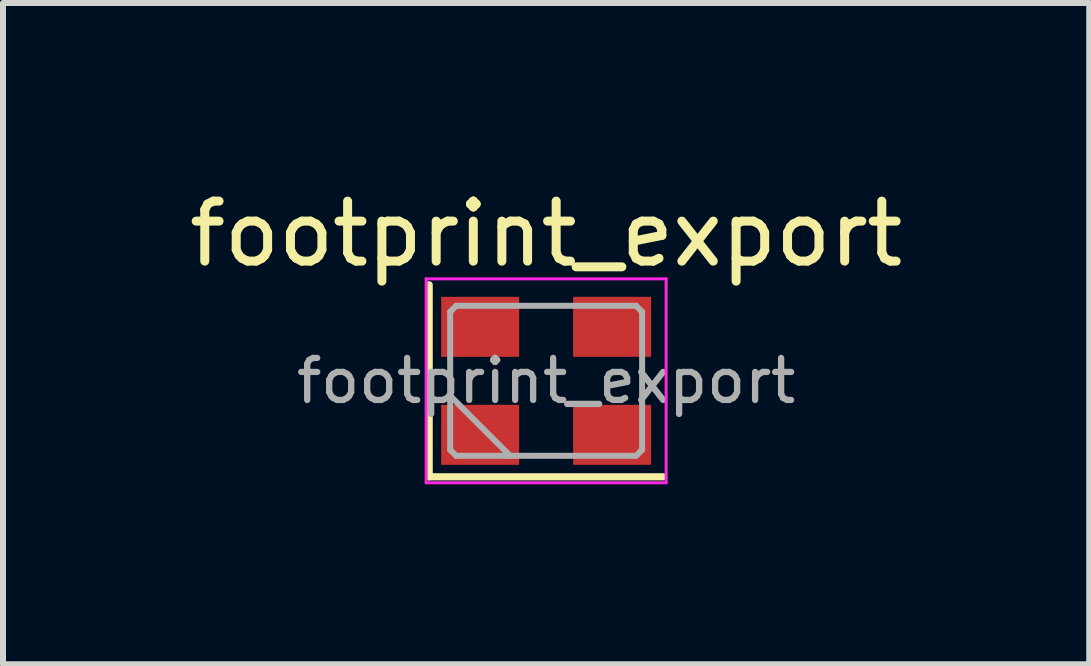
<source format=kicad_pcb>
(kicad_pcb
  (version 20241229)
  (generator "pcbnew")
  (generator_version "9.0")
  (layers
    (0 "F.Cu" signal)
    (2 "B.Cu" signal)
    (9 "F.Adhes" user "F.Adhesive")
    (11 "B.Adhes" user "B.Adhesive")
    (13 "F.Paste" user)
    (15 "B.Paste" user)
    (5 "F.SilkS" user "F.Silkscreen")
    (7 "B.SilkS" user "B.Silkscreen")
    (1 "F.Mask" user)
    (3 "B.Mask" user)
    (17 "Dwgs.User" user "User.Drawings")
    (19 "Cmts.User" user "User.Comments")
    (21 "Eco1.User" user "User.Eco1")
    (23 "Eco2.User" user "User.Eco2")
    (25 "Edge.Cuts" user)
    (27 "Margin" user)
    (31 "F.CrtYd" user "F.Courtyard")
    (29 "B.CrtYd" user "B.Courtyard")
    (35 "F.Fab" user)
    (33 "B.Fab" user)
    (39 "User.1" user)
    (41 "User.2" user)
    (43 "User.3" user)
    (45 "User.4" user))
  (footprint "footprint_export"
    (layer "F.Cu")
    (at 6.054 3.298)
    (property "Reference" "footprint_export" (at 0 -2.45 0) (layer "F.SilkS") (effects (font (size 1 1) (thickness 0.15))))
    (attr smd)
    (fp_line (start -1.95 -1.6) (end -1.95 1.6) (stroke (width 0.12) (type solid)) (layer "F.SilkS"))
    (fp_line (start -1.95 1.6) (end 1.95 1.6) (stroke (width 0.12) (type solid)) (layer "F.SilkS"))
    (fp_line (start -2 -1.7) (end -2 1.7) (stroke (width 0.05) (type solid)) (layer "F.CrtYd"))
    (fp_line (start -2 1.7) (end 2 1.7) (stroke (width 0.05) (type solid)) (layer "F.CrtYd"))
    (fp_line (start 2 -1.7) (end -2 -1.7) (stroke (width 0.05) (type solid)) (layer "F.CrtYd"))
    (fp_line (start 2 1.7) (end 2 -1.7) (stroke (width 0.05) (type solid)) (layer "F.CrtYd"))
    (fp_line (start -1.6 -1.15) (end -1.5 -1.25) (stroke (width 0.1) (type solid)) (layer "F.Fab"))
    (fp_line (start -1.6 0.25) (end -0.6 1.25) (stroke (width 0.1) (type solid)) (layer "F.Fab"))
    (fp_line (start -1.6 1.15) (end -1.6 -1.15) (stroke (width 0.1) (type solid)) (layer "F.Fab"))
    (fp_line (start -1.5 -1.25) (end 1.5 -1.25) (stroke (width 0.1) (type solid)) (layer "F.Fab"))
    (fp_line (start -1.5 1.25) (end -1.6 1.15) (stroke (width 0.1) (type solid)) (layer "F.Fab"))
    (fp_line (start 1.5 -1.25) (end 1.6 -1.15) (stroke (width 0.1) (type solid)) (layer "F.Fab"))
    (fp_line (start 1.5 1.25) (end -1.5 1.25) (stroke (width 0.1) (type solid)) (layer "F.Fab"))
    (fp_line (start 1.6 -1.15) (end 1.6 1.15) (stroke (width 0.1) (type solid)) (layer "F.Fab"))
    (fp_line (start 1.6 1.15) (end 1.5 1.25) (stroke (width 0.1) (type solid)) (layer "F.Fab"))
    (fp_text user "${REFERENCE}" (at 0 0 0) (layer "F.Fab") (effects (font (size 0.7 0.7) (thickness 0.105))))
    (pad "1" smd rect (at -1.1 0.9) (size 1.3 1) (layers "F.Cu" "F.Mask" "F.Paste"))
    (pad "2" smd rect (at 1.1 0.9) (size 1.3 1) (layers "F.Cu" "F.Mask" "F.Paste"))
    (pad "3" smd rect (at 1.1 -0.9) (size 1.3 1) (layers "F.Cu" "F.Mask" "F.Paste"))
    (pad "4" smd rect (at -1.1 -0.9) (size 1.3 1) (layers "F.Cu" "F.Mask" "F.Paste")))
  (gr_rect
    (start -3 -3)
    (end 15.107 8.023)
    (stroke (width 0.1) (type default))
    (fill no)
    (layer "Edge.Cuts")))
</source>
